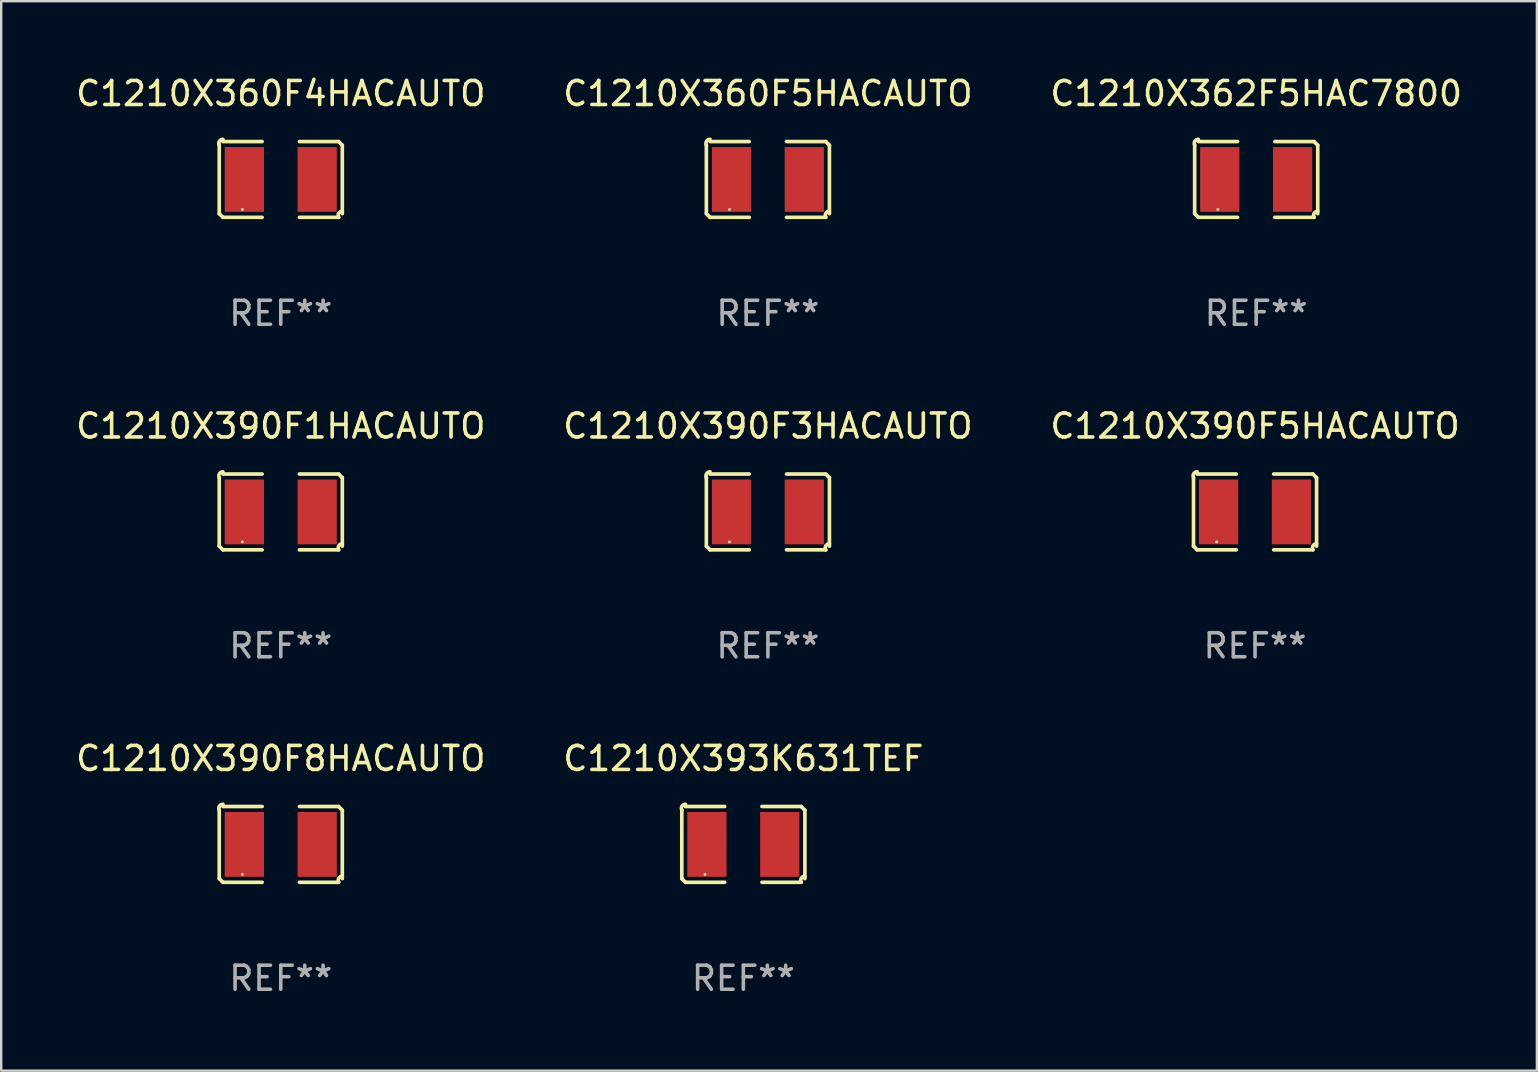
<source format=kicad_pcb>
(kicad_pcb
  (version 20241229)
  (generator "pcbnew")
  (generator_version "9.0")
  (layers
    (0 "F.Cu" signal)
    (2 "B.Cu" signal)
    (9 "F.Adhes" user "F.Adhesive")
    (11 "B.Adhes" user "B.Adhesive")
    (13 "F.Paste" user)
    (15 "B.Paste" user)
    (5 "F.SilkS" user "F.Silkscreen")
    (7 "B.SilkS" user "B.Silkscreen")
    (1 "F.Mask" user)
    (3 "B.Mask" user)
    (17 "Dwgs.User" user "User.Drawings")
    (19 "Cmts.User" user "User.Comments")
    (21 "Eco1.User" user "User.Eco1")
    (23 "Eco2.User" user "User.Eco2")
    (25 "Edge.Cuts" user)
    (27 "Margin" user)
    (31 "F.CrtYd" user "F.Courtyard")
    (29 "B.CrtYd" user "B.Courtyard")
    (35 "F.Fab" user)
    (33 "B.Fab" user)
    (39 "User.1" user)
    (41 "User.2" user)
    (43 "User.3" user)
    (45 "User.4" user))
  (footprint "C1210X360F4HACAUTO"
    (layer "F.Cu")
    (at 8.649 4.427)
    (property "Reference" "C1210X360F4HACAUTO" (at 0 -3.579 0) (layer "F.SilkS") (effects (font (size 1 1) (thickness 0.15))))
    (attr through_hole)
    (fp_line (start -2.564 1.426) (end -2.564 -1.426) (stroke (width 0.152) (type solid)) (layer "F.SilkS"))
    (fp_line (start -2.411 -1.579) (end -0.776 -1.579) (stroke (width 0.152) (type solid)) (layer "F.SilkS"))
    (fp_line (start -0.776 1.579) (end -2.411 1.579) (stroke (width 0.152) (type solid)) (layer "F.SilkS"))
    (fp_line (start 0.776 1.579) (end 2.411 1.579) (stroke (width 0.152) (type solid)) (layer "F.SilkS"))
    (fp_line (start 2.411 -1.579) (end 0.776 -1.579) (stroke (width 0.152) (type solid)) (layer "F.SilkS"))
    (fp_line (start 2.564 1.426) (end 2.564 -1.426) (stroke (width 0.152) (type solid)) (layer "F.SilkS"))
    (fp_arc (start -2.563602 -1.426213) (mid -2.555597 -1.591233) (end -2.411201 -1.671518) (stroke (width 0.1524) (type solid)) (layer "F.SilkS"))
    (fp_arc (start -2.5636 1.426214) (mid -2.487389 1.502402) (end -2.411201 1.578613) (stroke (width 0.1524) (type solid)) (layer "F.SilkS"))
    (fp_arc (start 2.411197 -1.578618) (mid 2.487403 -1.502419) (end 2.563602 -1.426213) (stroke (width 0.1524) (type solid)) (layer "F.SilkS"))
    (fp_arc (start 2.411201 1.578613) (mid 2.416214 1.409455) (end 2.563602 1.32629) (stroke (width 0.1524) (type solid)) (layer "F.SilkS"))
    (fp_circle (center -1.6 1.25) (end -1.57 1.25) (stroke (width 0.06) (type solid)) (fill no) (layer "F.SilkS"))
    (fp_text user "REF**" (at 0 5.579 0) (layer "F.Fab") (effects (font (size 1 1) (thickness 0.15))))
    (pad "1" smd rect (at -1.517 0) (size 1.635 2.7) (layers "F.Cu" "F.Mask" "F.Paste"))
    (pad "2" smd rect (at 1.517 0) (size 1.635 2.7) (layers "F.Cu" "F.Mask" "F.Paste")))
  (footprint "C1210X360F5HACAUTO"
    (layer "F.Cu")
    (at 28.946 4.427)
    (property "Reference" "C1210X360F5HACAUTO" (at 0 -3.579 0) (layer "F.SilkS") (effects (font (size 1 1) (thickness 0.15))))
    (attr through_hole)
    (fp_line (start -2.564 1.426) (end -2.564 -1.426) (stroke (width 0.152) (type solid)) (layer "F.SilkS"))
    (fp_line (start -2.411 -1.579) (end -0.776 -1.579) (stroke (width 0.152) (type solid)) (layer "F.SilkS"))
    (fp_line (start -0.776 1.579) (end -2.411 1.579) (stroke (width 0.152) (type solid)) (layer "F.SilkS"))
    (fp_line (start 0.776 1.579) (end 2.411 1.579) (stroke (width 0.152) (type solid)) (layer "F.SilkS"))
    (fp_line (start 2.411 -1.579) (end 0.776 -1.579) (stroke (width 0.152) (type solid)) (layer "F.SilkS"))
    (fp_line (start 2.564 1.426) (end 2.564 -1.426) (stroke (width 0.152) (type solid)) (layer "F.SilkS"))
    (fp_arc (start -2.563602 -1.426213) (mid -2.555597 -1.591233) (end -2.411201 -1.671518) (stroke (width 0.1524) (type solid)) (layer "F.SilkS"))
    (fp_arc (start -2.5636 1.426214) (mid -2.487389 1.502402) (end -2.411201 1.578613) (stroke (width 0.1524) (type solid)) (layer "F.SilkS"))
    (fp_arc (start 2.411197 -1.578618) (mid 2.487403 -1.502419) (end 2.563602 -1.426213) (stroke (width 0.1524) (type solid)) (layer "F.SilkS"))
    (fp_arc (start 2.411201 1.578613) (mid 2.416214 1.409455) (end 2.563602 1.32629) (stroke (width 0.1524) (type solid)) (layer "F.SilkS"))
    (fp_circle (center -1.6 1.25) (end -1.57 1.25) (stroke (width 0.06) (type solid)) (fill no) (layer "F.SilkS"))
    (fp_text user "REF**" (at 0 5.579 0) (layer "F.Fab") (effects (font (size 1 1) (thickness 0.15))))
    (pad "1" smd rect (at -1.517 0) (size 1.635 2.7) (layers "F.Cu" "F.Mask" "F.Paste"))
    (pad "2" smd rect (at 1.517 0) (size 1.635 2.7) (layers "F.Cu" "F.Mask" "F.Paste")))
  (footprint "C1210X390F3HACAUTO"
    (layer "F.Cu")
    (at 28.946 18.281)
    (property "Reference" "C1210X390F3HACAUTO" (at 0 -3.579 0) (layer "F.SilkS") (effects (font (size 1 1) (thickness 0.15))))
    (attr through_hole)
    (fp_line (start -2.564 1.426) (end -2.564 -1.426) (stroke (width 0.152) (type solid)) (layer "F.SilkS"))
    (fp_line (start -2.411 -1.579) (end -0.776 -1.579) (stroke (width 0.152) (type solid)) (layer "F.SilkS"))
    (fp_line (start -0.776 1.579) (end -2.411 1.579) (stroke (width 0.152) (type solid)) (layer "F.SilkS"))
    (fp_line (start 0.776 1.579) (end 2.411 1.579) (stroke (width 0.152) (type solid)) (layer "F.SilkS"))
    (fp_line (start 2.411 -1.579) (end 0.776 -1.579) (stroke (width 0.152) (type solid)) (layer "F.SilkS"))
    (fp_line (start 2.564 1.426) (end 2.564 -1.426) (stroke (width 0.152) (type solid)) (layer "F.SilkS"))
    (fp_arc (start -2.563602 -1.426213) (mid -2.555597 -1.591233) (end -2.411201 -1.671518) (stroke (width 0.1524) (type solid)) (layer "F.SilkS"))
    (fp_arc (start -2.5636 1.426214) (mid -2.487389 1.502402) (end -2.411201 1.578613) (stroke (width 0.1524) (type solid)) (layer "F.SilkS"))
    (fp_arc (start 2.411197 -1.578618) (mid 2.487403 -1.502419) (end 2.563602 -1.426213) (stroke (width 0.1524) (type solid)) (layer "F.SilkS"))
    (fp_arc (start 2.411201 1.578613) (mid 2.416214 1.409455) (end 2.563602 1.32629) (stroke (width 0.1524) (type solid)) (layer "F.SilkS"))
    (fp_circle (center -1.6 1.25) (end -1.57 1.25) (stroke (width 0.06) (type solid)) (fill no) (layer "F.SilkS"))
    (fp_text user "REF**" (at 0 5.579 0) (layer "F.Fab") (effects (font (size 1 1) (thickness 0.15))))
    (pad "1" smd rect (at -1.517 0) (size 1.635 2.7) (layers "F.Cu" "F.Mask" "F.Paste"))
    (pad "2" smd rect (at 1.517 0) (size 1.635 2.7) (layers "F.Cu" "F.Mask" "F.Paste")))
  (footprint "C1210X390F8HACAUTO"
    (layer "F.Cu")
    (at 8.649 32.134)
    (property "Reference" "C1210X390F8HACAUTO" (at 0 -3.579 0) (layer "F.SilkS") (effects (font (size 1 1) (thickness 0.15))))
    (attr through_hole)
    (fp_line (start -2.564 1.426) (end -2.564 -1.426) (stroke (width 0.152) (type solid)) (layer "F.SilkS"))
    (fp_line (start -2.411 -1.579) (end -0.776 -1.579) (stroke (width 0.152) (type solid)) (layer "F.SilkS"))
    (fp_line (start -0.776 1.579) (end -2.411 1.579) (stroke (width 0.152) (type solid)) (layer "F.SilkS"))
    (fp_line (start 0.776 1.579) (end 2.411 1.579) (stroke (width 0.152) (type solid)) (layer "F.SilkS"))
    (fp_line (start 2.411 -1.579) (end 0.776 -1.579) (stroke (width 0.152) (type solid)) (layer "F.SilkS"))
    (fp_line (start 2.564 1.426) (end 2.564 -1.426) (stroke (width 0.152) (type solid)) (layer "F.SilkS"))
    (fp_arc (start -2.563602 -1.426213) (mid -2.555597 -1.591233) (end -2.411201 -1.671518) (stroke (width 0.1524) (type solid)) (layer "F.SilkS"))
    (fp_arc (start -2.5636 1.426214) (mid -2.487389 1.502402) (end -2.411201 1.578613) (stroke (width 0.1524) (type solid)) (layer "F.SilkS"))
    (fp_arc (start 2.411197 -1.578618) (mid 2.487403 -1.502419) (end 2.563602 -1.426213) (stroke (width 0.1524) (type solid)) (layer "F.SilkS"))
    (fp_arc (start 2.411201 1.578613) (mid 2.416214 1.409455) (end 2.563602 1.32629) (stroke (width 0.1524) (type solid)) (layer "F.SilkS"))
    (fp_circle (center -1.6 1.25) (end -1.57 1.25) (stroke (width 0.06) (type solid)) (fill no) (layer "F.SilkS"))
    (fp_text user "REF**" (at 0 5.579 0) (layer "F.Fab") (effects (font (size 1 1) (thickness 0.15))))
    (pad "1" smd rect (at -1.517 0) (size 1.635 2.7) (layers "F.Cu" "F.Mask" "F.Paste"))
    (pad "2" smd rect (at 1.517 0) (size 1.635 2.7) (layers "F.Cu" "F.Mask" "F.Paste")))
  (footprint "C1210X390F5HACAUTO"
    (layer "F.Cu")
    (at 49.244 18.281)
    (property "Reference" "C1210X390F5HACAUTO" (at 0 -3.579 0) (layer "F.SilkS") (effects (font (size 1 1) (thickness 0.15))))
    (attr through_hole)
    (fp_line (start -2.564 1.426) (end -2.564 -1.426) (stroke (width 0.152) (type solid)) (layer "F.SilkS"))
    (fp_line (start -2.411 -1.579) (end -0.776 -1.579) (stroke (width 0.152) (type solid)) (layer "F.SilkS"))
    (fp_line (start -0.776 1.579) (end -2.411 1.579) (stroke (width 0.152) (type solid)) (layer "F.SilkS"))
    (fp_line (start 0.776 1.579) (end 2.411 1.579) (stroke (width 0.152) (type solid)) (layer "F.SilkS"))
    (fp_line (start 2.411 -1.579) (end 0.776 -1.579) (stroke (width 0.152) (type solid)) (layer "F.SilkS"))
    (fp_line (start 2.564 1.426) (end 2.564 -1.426) (stroke (width 0.152) (type solid)) (layer "F.SilkS"))
    (fp_arc (start -2.563602 -1.426213) (mid -2.555597 -1.591233) (end -2.411201 -1.671518) (stroke (width 0.1524) (type solid)) (layer "F.SilkS"))
    (fp_arc (start -2.5636 1.426214) (mid -2.487389 1.502402) (end -2.411201 1.578613) (stroke (width 0.1524) (type solid)) (layer "F.SilkS"))
    (fp_arc (start 2.411197 -1.578618) (mid 2.487403 -1.502419) (end 2.563602 -1.426213) (stroke (width 0.1524) (type solid)) (layer "F.SilkS"))
    (fp_arc (start 2.411201 1.578613) (mid 2.416214 1.409455) (end 2.563602 1.32629) (stroke (width 0.1524) (type solid)) (layer "F.SilkS"))
    (fp_circle (center -1.6 1.25) (end -1.57 1.25) (stroke (width 0.06) (type solid)) (fill no) (layer "F.SilkS"))
    (fp_text user "REF**" (at 0 5.579 0) (layer "F.Fab") (effects (font (size 1 1) (thickness 0.15))))
    (pad "1" smd rect (at -1.517 0) (size 1.635 2.7) (layers "F.Cu" "F.Mask" "F.Paste"))
    (pad "2" smd rect (at 1.517 0) (size 1.635 2.7) (layers "F.Cu" "F.Mask" "F.Paste")))
  (footprint "C1210X393K631TEF"
    (layer "F.Cu")
    (at 27.923 32.134)
    (property "Reference" "C1210X393K631TEF" (at 0 -3.579 0) (layer "F.SilkS") (effects (font (size 1 1) (thickness 0.15))))
    (attr through_hole)
    (fp_line (start -2.564 1.426) (end -2.564 -1.426) (stroke (width 0.152) (type solid)) (layer "F.SilkS"))
    (fp_line (start -2.411 -1.579) (end -0.776 -1.579) (stroke (width 0.152) (type solid)) (layer "F.SilkS"))
    (fp_line (start -0.776 1.579) (end -2.411 1.579) (stroke (width 0.152) (type solid)) (layer "F.SilkS"))
    (fp_line (start 0.776 1.579) (end 2.411 1.579) (stroke (width 0.152) (type solid)) (layer "F.SilkS"))
    (fp_line (start 2.411 -1.579) (end 0.776 -1.579) (stroke (width 0.152) (type solid)) (layer "F.SilkS"))
    (fp_line (start 2.564 1.426) (end 2.564 -1.426) (stroke (width 0.152) (type solid)) (layer "F.SilkS"))
    (fp_arc (start -2.563602 -1.426213) (mid -2.555597 -1.591233) (end -2.411201 -1.671518) (stroke (width 0.1524) (type solid)) (layer "F.SilkS"))
    (fp_arc (start -2.5636 1.426214) (mid -2.487389 1.502402) (end -2.411201 1.578613) (stroke (width 0.1524) (type solid)) (layer "F.SilkS"))
    (fp_arc (start 2.411197 -1.578618) (mid 2.487403 -1.502419) (end 2.563602 -1.426213) (stroke (width 0.1524) (type solid)) (layer "F.SilkS"))
    (fp_arc (start 2.411201 1.578613) (mid 2.416214 1.409455) (end 2.563602 1.32629) (stroke (width 0.1524) (type solid)) (layer "F.SilkS"))
    (fp_circle (center -1.6 1.25) (end -1.57 1.25) (stroke (width 0.06) (type solid)) (fill no) (layer "F.SilkS"))
    (fp_text user "REF**" (at 0 5.579 0) (layer "F.Fab") (effects (font (size 1 1) (thickness 0.15))))
    (pad "1" smd rect (at -1.517 0) (size 1.635 2.7) (layers "F.Cu" "F.Mask" "F.Paste"))
    (pad "2" smd rect (at 1.517 0) (size 1.635 2.7) (layers "F.Cu" "F.Mask" "F.Paste")))
  (footprint "C1210X362F5HAC7800"
    (layer "F.Cu")
    (at 49.292 4.427)
    (property "Reference" "C1210X362F5HAC7800" (at 0 -3.579 0) (layer "F.SilkS") (effects (font (size 1 1) (thickness 0.15))))
    (attr through_hole)
    (fp_line (start -2.564 1.426) (end -2.564 -1.426) (stroke (width 0.152) (type solid)) (layer "F.SilkS"))
    (fp_line (start -2.411 -1.579) (end -0.776 -1.579) (stroke (width 0.152) (type solid)) (layer "F.SilkS"))
    (fp_line (start -0.776 1.579) (end -2.411 1.579) (stroke (width 0.152) (type solid)) (layer "F.SilkS"))
    (fp_line (start 0.776 1.579) (end 2.411 1.579) (stroke (width 0.152) (type solid)) (layer "F.SilkS"))
    (fp_line (start 2.411 -1.579) (end 0.776 -1.579) (stroke (width 0.152) (type solid)) (layer "F.SilkS"))
    (fp_line (start 2.564 1.426) (end 2.564 -1.426) (stroke (width 0.152) (type solid)) (layer "F.SilkS"))
    (fp_arc (start -2.563602 -1.426213) (mid -2.555597 -1.591233) (end -2.411201 -1.671518) (stroke (width 0.1524) (type solid)) (layer "F.SilkS"))
    (fp_arc (start -2.5636 1.426214) (mid -2.487389 1.502402) (end -2.411201 1.578613) (stroke (width 0.1524) (type solid)) (layer "F.SilkS"))
    (fp_arc (start 2.411197 -1.578618) (mid 2.487403 -1.502419) (end 2.563602 -1.426213) (stroke (width 0.1524) (type solid)) (layer "F.SilkS"))
    (fp_arc (start 2.411201 1.578613) (mid 2.416214 1.409455) (end 2.563602 1.32629) (stroke (width 0.1524) (type solid)) (layer "F.SilkS"))
    (fp_circle (center -1.6 1.25) (end -1.57 1.25) (stroke (width 0.06) (type solid)) (fill no) (layer "F.SilkS"))
    (fp_text user "REF**" (at 0 5.579 0) (layer "F.Fab") (effects (font (size 1 1) (thickness 0.15))))
    (pad "1" smd rect (at -1.517 0) (size 1.635 2.7) (layers "F.Cu" "F.Mask" "F.Paste"))
    (pad "2" smd rect (at 1.517 0) (size 1.635 2.7) (layers "F.Cu" "F.Mask" "F.Paste")))
  (footprint "C1210X390F1HACAUTO"
    (layer "F.Cu")
    (at 8.649 18.281)
    (property "Reference" "C1210X390F1HACAUTO" (at 0 -3.579 0) (layer "F.SilkS") (effects (font (size 1 1) (thickness 0.15))))
    (attr through_hole)
    (fp_line (start -2.564 1.426) (end -2.564 -1.426) (stroke (width 0.152) (type solid)) (layer "F.SilkS"))
    (fp_line (start -2.411 -1.579) (end -0.776 -1.579) (stroke (width 0.152) (type solid)) (layer "F.SilkS"))
    (fp_line (start -0.776 1.579) (end -2.411 1.579) (stroke (width 0.152) (type solid)) (layer "F.SilkS"))
    (fp_line (start 0.776 1.579) (end 2.411 1.579) (stroke (width 0.152) (type solid)) (layer "F.SilkS"))
    (fp_line (start 2.411 -1.579) (end 0.776 -1.579) (stroke (width 0.152) (type solid)) (layer "F.SilkS"))
    (fp_line (start 2.564 1.426) (end 2.564 -1.426) (stroke (width 0.152) (type solid)) (layer "F.SilkS"))
    (fp_arc (start -2.563602 -1.426213) (mid -2.555597 -1.591233) (end -2.411201 -1.671518) (stroke (width 0.1524) (type solid)) (layer "F.SilkS"))
    (fp_arc (start -2.5636 1.426214) (mid -2.487389 1.502402) (end -2.411201 1.578613) (stroke (width 0.1524) (type solid)) (layer "F.SilkS"))
    (fp_arc (start 2.411197 -1.578618) (mid 2.487403 -1.502419) (end 2.563602 -1.426213) (stroke (width 0.1524) (type solid)) (layer "F.SilkS"))
    (fp_arc (start 2.411201 1.578613) (mid 2.416214 1.409455) (end 2.563602 1.32629) (stroke (width 0.1524) (type solid)) (layer "F.SilkS"))
    (fp_circle (center -1.6 1.25) (end -1.57 1.25) (stroke (width 0.06) (type solid)) (fill no) (layer "F.SilkS"))
    (fp_text user "REF**" (at 0 5.579 0) (layer "F.Fab") (effects (font (size 1 1) (thickness 0.15))))
    (pad "1" smd rect (at -1.517 0) (size 1.635 2.7) (layers "F.Cu" "F.Mask" "F.Paste"))
    (pad "2" smd rect (at 1.517 0) (size 1.635 2.7) (layers "F.Cu" "F.Mask" "F.Paste")))
  (gr_rect
    (start -3 -3)
    (end 60.988 41.561)
    (stroke (width 0.1) (type default))
    (fill no)
    (layer "Edge.Cuts")))
</source>
